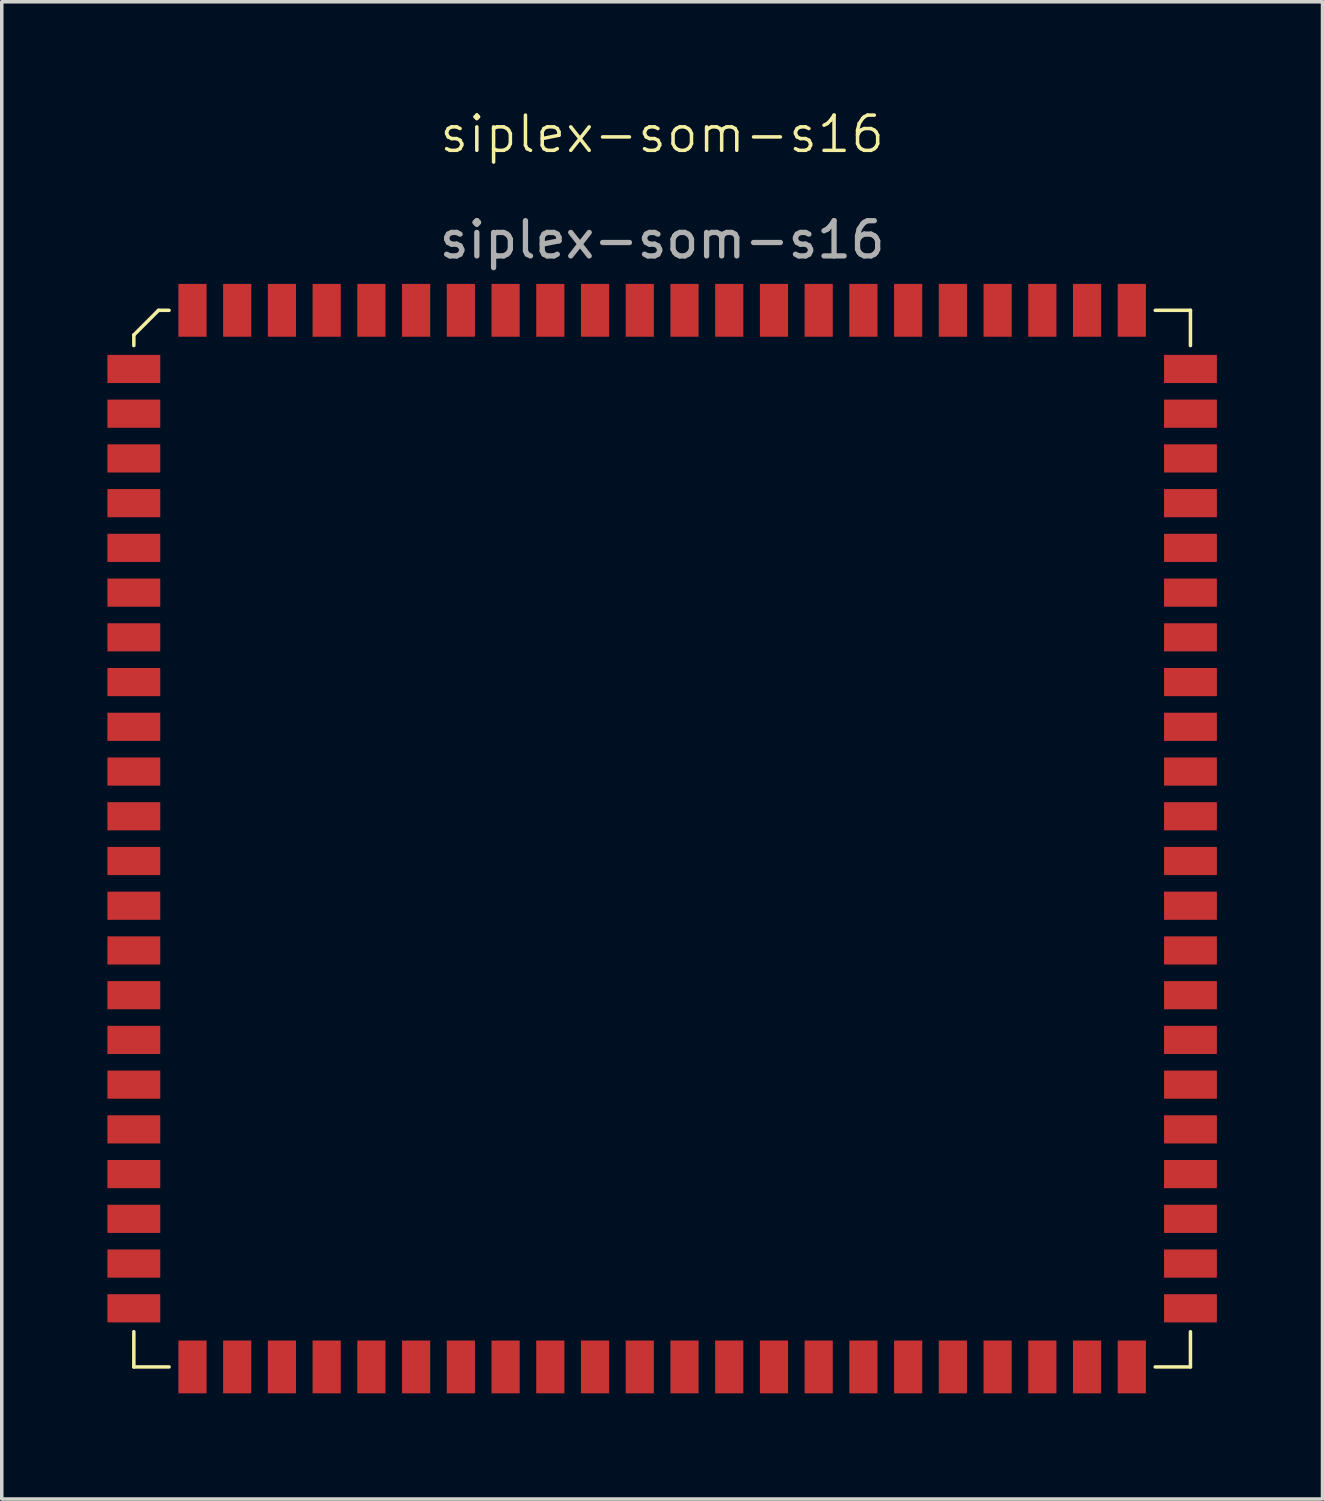
<source format=kicad_pcb>
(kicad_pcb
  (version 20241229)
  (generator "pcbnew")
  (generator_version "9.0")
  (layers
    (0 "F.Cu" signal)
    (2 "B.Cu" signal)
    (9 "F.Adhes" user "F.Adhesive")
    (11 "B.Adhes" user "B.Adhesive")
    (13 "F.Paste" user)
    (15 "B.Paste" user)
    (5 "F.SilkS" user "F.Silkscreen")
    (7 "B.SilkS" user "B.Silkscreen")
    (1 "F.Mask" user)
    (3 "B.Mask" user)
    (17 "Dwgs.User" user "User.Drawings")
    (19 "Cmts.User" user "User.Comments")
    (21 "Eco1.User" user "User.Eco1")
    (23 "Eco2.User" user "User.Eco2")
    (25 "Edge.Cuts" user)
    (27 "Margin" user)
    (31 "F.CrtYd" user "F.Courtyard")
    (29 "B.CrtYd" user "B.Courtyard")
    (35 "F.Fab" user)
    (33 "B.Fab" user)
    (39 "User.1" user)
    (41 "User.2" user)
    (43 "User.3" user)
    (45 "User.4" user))
  (footprint "siplex-som-s16"
    (layer "F.Cu")
    (at 15.75 20.761)
    (property "Reference" "siplex-som-s16" (at 0 -20 0) (unlocked yes) (layer "F.SilkS") (effects (font (size 1 1) (thickness 0.1))))
    (attr smd)
    (fp_line (start -15 -14.3) (end -14.3 -15) (stroke (width 0.1) (type default)) (layer "F.SilkS"))
    (fp_line (start -15 -14) (end -15 -14.3) (stroke (width 0.1) (type default)) (layer "F.SilkS"))
    (fp_line (start -15 15) (end -15 14) (stroke (width 0.1) (type default)) (layer "F.SilkS"))
    (fp_line (start -14 -15) (end -14.3 -15) (stroke (width 0.1) (type default)) (layer "F.SilkS"))
    (fp_line (start -14 15) (end -15 15) (stroke (width 0.1) (type default)) (layer "F.SilkS"))
    (fp_line (start 14 -15) (end 15 -15) (stroke (width 0.1) (type default)) (layer "F.SilkS"))
    (fp_line (start 15 -14) (end 15 -15) (stroke (width 0.1) (type default)) (layer "F.SilkS"))
    (fp_line (start 15 15) (end 14 15) (stroke (width 0.1) (type default)) (layer "F.SilkS"))
    (fp_line (start 15 15) (end 15 14) (stroke (width 0.1) (type default)) (layer "F.SilkS"))
    (fp_text user "${REFERENCE}" (at 0 -17 0) (unlocked yes) (layer "F.Fab") (effects (font (size 1 1) (thickness 0.15))))
    (pad "1" smd rect (at -15 -13.335) (size 1.5 0.8) (layers "F.Cu" "F.Mask" "F.Paste"))
    (pad "2" smd rect (at -15 -12.065) (size 1.5 0.8) (layers "F.Cu" "F.Mask" "F.Paste"))
    (pad "3" smd rect (at -15 -10.795) (size 1.5 0.8) (layers "F.Cu" "F.Mask" "F.Paste"))
    (pad "4" smd rect (at -15 -9.525) (size 1.5 0.8) (layers "F.Cu" "F.Mask" "F.Paste"))
    (pad "5" smd rect (at -15 -8.255) (size 1.5 0.8) (layers "F.Cu" "F.Mask" "F.Paste"))
    (pad "6" smd rect (at -15 -6.985) (size 1.5 0.8) (layers "F.Cu" "F.Mask" "F.Paste"))
    (pad "7" smd rect (at -15 -5.715) (size 1.5 0.8) (layers "F.Cu" "F.Mask" "F.Paste"))
    (pad "8" smd rect (at -15 -4.445) (size 1.5 0.8) (layers "F.Cu" "F.Mask" "F.Paste"))
    (pad "9" smd rect (at -15 -3.175) (size 1.5 0.8) (layers "F.Cu" "F.Mask" "F.Paste"))
    (pad "10" smd rect (at -15 -1.905) (size 1.5 0.8) (layers "F.Cu" "F.Mask" "F.Paste"))
    (pad "11" smd rect (at -15 -0.635) (size 1.5 0.8) (layers "F.Cu" "F.Mask" "F.Paste"))
    (pad "12" smd rect (at -15 0.635) (size 1.5 0.8) (layers "F.Cu" "F.Mask" "F.Paste"))
    (pad "13" smd rect (at -15 1.905) (size 1.5 0.8) (layers "F.Cu" "F.Mask" "F.Paste"))
    (pad "14" smd rect (at -15 3.175) (size 1.5 0.8) (layers "F.Cu" "F.Mask" "F.Paste"))
    (pad "15" smd rect (at -15 4.445) (size 1.5 0.8) (layers "F.Cu" "F.Mask" "F.Paste"))
    (pad "16" smd rect (at -15 5.715) (size 1.5 0.8) (layers "F.Cu" "F.Mask" "F.Paste"))
    (pad "17" smd rect (at -15 6.985) (size 1.5 0.8) (layers "F.Cu" "F.Mask" "F.Paste"))
    (pad "18" smd rect (at -15 8.255) (size 1.5 0.8) (layers "F.Cu" "F.Mask" "F.Paste"))
    (pad "19" smd rect (at -15 9.525) (size 1.5 0.8) (layers "F.Cu" "F.Mask" "F.Paste"))
    (pad "20" smd rect (at -15 10.795) (size 1.5 0.8) (layers "F.Cu" "F.Mask" "F.Paste"))
    (pad "21" smd rect (at -15 12.065) (size 1.5 0.8) (layers "F.Cu" "F.Mask" "F.Paste"))
    (pad "22" smd rect (at -15 13.335) (size 1.5 0.8) (layers "F.Cu" "F.Mask" "F.Paste"))
    (pad "23" smd rect (at -13.335 15 90) (size 1.5 0.8) (layers "F.Cu" "F.Mask" "F.Paste"))
    (pad "24" smd rect (at -12.065 15 90) (size 1.5 0.8) (layers "F.Cu" "F.Mask" "F.Paste"))
    (pad "25" smd rect (at -10.795 15 90) (size 1.5 0.8) (layers "F.Cu" "F.Mask" "F.Paste"))
    (pad "26" smd rect (at -9.525 15 90) (size 1.5 0.8) (layers "F.Cu" "F.Mask" "F.Paste"))
    (pad "27" smd rect (at -8.255 15 90) (size 1.5 0.8) (layers "F.Cu" "F.Mask" "F.Paste"))
    (pad "28" smd rect (at -6.985 15 90) (size 1.5 0.8) (layers "F.Cu" "F.Mask" "F.Paste"))
    (pad "29" smd rect (at -5.715 15 90) (size 1.5 0.8) (layers "F.Cu" "F.Mask" "F.Paste"))
    (pad "30" smd rect (at -4.445 15 90) (size 1.5 0.8) (layers "F.Cu" "F.Mask" "F.Paste"))
    (pad "31" smd rect (at -3.175 15 90) (size 1.5 0.8) (layers "F.Cu" "F.Mask" "F.Paste"))
    (pad "32" smd rect (at -1.905 15 90) (size 1.5 0.8) (layers "F.Cu" "F.Mask" "F.Paste"))
    (pad "33" smd rect (at -0.635 15 90) (size 1.5 0.8) (layers "F.Cu" "F.Mask" "F.Paste"))
    (pad "34" smd rect (at 0.635 15 90) (size 1.5 0.8) (layers "F.Cu" "F.Mask" "F.Paste"))
    (pad "35" smd rect (at 1.905 15 90) (size 1.5 0.8) (layers "F.Cu" "F.Mask" "F.Paste"))
    (pad "36" smd rect (at 3.175 15 90) (size 1.5 0.8) (layers "F.Cu" "F.Mask" "F.Paste"))
    (pad "37" smd rect (at 4.445 15 90) (size 1.5 0.8) (layers "F.Cu" "F.Mask" "F.Paste"))
    (pad "38" smd rect (at 5.715 15 90) (size 1.5 0.8) (layers "F.Cu" "F.Mask" "F.Paste"))
    (pad "39" smd rect (at 6.985 15 90) (size 1.5 0.8) (layers "F.Cu" "F.Mask" "F.Paste"))
    (pad "40" smd rect (at 8.255 15 90) (size 1.5 0.8) (layers "F.Cu" "F.Mask" "F.Paste"))
    (pad "41" smd rect (at 9.525 15 90) (size 1.5 0.8) (layers "F.Cu" "F.Mask" "F.Paste"))
    (pad "42" smd rect (at 10.795 15 90) (size 1.5 0.8) (layers "F.Cu" "F.Mask" "F.Paste"))
    (pad "43" smd rect (at 12.065 15 90) (size 1.5 0.8) (layers "F.Cu" "F.Mask" "F.Paste"))
    (pad "44" smd rect (at 13.335 15 90) (size 1.5 0.8) (layers "F.Cu" "F.Mask" "F.Paste"))
    (pad "45" smd rect (at 15 13.335 180) (size 1.5 0.8) (layers "F.Cu" "F.Mask" "F.Paste"))
    (pad "46" smd rect (at 15 12.065 180) (size 1.5 0.8) (layers "F.Cu" "F.Mask" "F.Paste"))
    (pad "47" smd rect (at 15 10.795 180) (size 1.5 0.8) (layers "F.Cu" "F.Mask" "F.Paste"))
    (pad "48" smd rect (at 15 9.525 180) (size 1.5 0.8) (layers "F.Cu" "F.Mask" "F.Paste"))
    (pad "49" smd rect (at 15 8.255 180) (size 1.5 0.8) (layers "F.Cu" "F.Mask" "F.Paste"))
    (pad "50" smd rect (at 15 6.985 180) (size 1.5 0.8) (layers "F.Cu" "F.Mask" "F.Paste"))
    (pad "51" smd rect (at 15 5.715 180) (size 1.5 0.8) (layers "F.Cu" "F.Mask" "F.Paste"))
    (pad "52" smd rect (at 15 4.445 180) (size 1.5 0.8) (layers "F.Cu" "F.Mask" "F.Paste"))
    (pad "53" smd rect (at 15 3.175 180) (size 1.5 0.8) (layers "F.Cu" "F.Mask" "F.Paste"))
    (pad "54" smd rect (at 15 1.905 180) (size 1.5 0.8) (layers "F.Cu" "F.Mask" "F.Paste"))
    (pad "55" smd rect (at 15 0.635 180) (size 1.5 0.8) (layers "F.Cu" "F.Mask" "F.Paste"))
    (pad "56" smd rect (at 15 -0.635 180) (size 1.5 0.8) (layers "F.Cu" "F.Mask" "F.Paste"))
    (pad "57" smd rect (at 15 -1.905 180) (size 1.5 0.8) (layers "F.Cu" "F.Mask" "F.Paste"))
    (pad "58" smd rect (at 15 -3.175 180) (size 1.5 0.8) (layers "F.Cu" "F.Mask" "F.Paste"))
    (pad "59" smd rect (at 15 -4.445 180) (size 1.5 0.8) (layers "F.Cu" "F.Mask" "F.Paste"))
    (pad "60" smd rect (at 15 -5.715 180) (size 1.5 0.8) (layers "F.Cu" "F.Mask" "F.Paste"))
    (pad "61" smd rect (at 15 -6.985 180) (size 1.5 0.8) (layers "F.Cu" "F.Mask" "F.Paste"))
    (pad "62" smd rect (at 15 -8.255 180) (size 1.5 0.8) (layers "F.Cu" "F.Mask" "F.Paste"))
    (pad "63" smd rect (at 15 -9.525 180) (size 1.5 0.8) (layers "F.Cu" "F.Mask" "F.Paste"))
    (pad "64" smd rect (at 15 -10.795 180) (size 1.5 0.8) (layers "F.Cu" "F.Mask" "F.Paste"))
    (pad "65" smd rect (at 15 -12.065 180) (size 1.5 0.8) (layers "F.Cu" "F.Mask" "F.Paste"))
    (pad "66" smd rect (at 15 -13.335 180) (size 1.5 0.8) (layers "F.Cu" "F.Mask" "F.Paste"))
    (pad "67" smd rect (at 13.335 -15 270) (size 1.5 0.8) (layers "F.Cu" "F.Mask" "F.Paste"))
    (pad "68" smd rect (at 12.065 -15 270) (size 1.5 0.8) (layers "F.Cu" "F.Mask" "F.Paste"))
    (pad "69" smd rect (at 10.795 -15 270) (size 1.5 0.8) (layers "F.Cu" "F.Mask" "F.Paste"))
    (pad "70" smd rect (at 9.525 -15 270) (size 1.5 0.8) (layers "F.Cu" "F.Mask" "F.Paste"))
    (pad "71" smd rect (at 8.255 -15 270) (size 1.5 0.8) (layers "F.Cu" "F.Mask" "F.Paste"))
    (pad "72" smd rect (at 6.985 -15 270) (size 1.5 0.8) (layers "F.Cu" "F.Mask" "F.Paste"))
    (pad "73" smd rect (at 5.715 -15 270) (size 1.5 0.8) (layers "F.Cu" "F.Mask" "F.Paste"))
    (pad "74" smd rect (at 4.445 -15 270) (size 1.5 0.8) (layers "F.Cu" "F.Mask" "F.Paste"))
    (pad "75" smd rect (at 3.175 -15 270) (size 1.5 0.8) (layers "F.Cu" "F.Mask" "F.Paste"))
    (pad "76" smd rect (at 1.905 -15 270) (size 1.5 0.8) (layers "F.Cu" "F.Mask" "F.Paste"))
    (pad "77" smd rect (at 0.635 -15 270) (size 1.5 0.8) (layers "F.Cu" "F.Mask" "F.Paste"))
    (pad "78" smd rect (at -0.635 -15 270) (size 1.5 0.8) (layers "F.Cu" "F.Mask" "F.Paste"))
    (pad "79" smd rect (at -1.905 -15 270) (size 1.5 0.8) (layers "F.Cu" "F.Mask" "F.Paste"))
    (pad "80" smd rect (at -3.175 -15 270) (size 1.5 0.8) (layers "F.Cu" "F.Mask" "F.Paste"))
    (pad "81" smd rect (at -4.445 -15 270) (size 1.5 0.8) (layers "F.Cu" "F.Mask" "F.Paste"))
    (pad "82" smd rect (at -5.715 -15 270) (size 1.5 0.8) (layers "F.Cu" "F.Mask" "F.Paste"))
    (pad "83" smd rect (at -6.985 -15 270) (size 1.5 0.8) (layers "F.Cu" "F.Mask" "F.Paste"))
    (pad "84" smd rect (at -8.255 -15 270) (size 1.5 0.8) (layers "F.Cu" "F.Mask" "F.Paste"))
    (pad "85" smd rect (at -9.525 -15 270) (size 1.5 0.8) (layers "F.Cu" "F.Mask" "F.Paste"))
    (pad "86" smd rect (at -10.795 -15 270) (size 1.5 0.8) (layers "F.Cu" "F.Mask" "F.Paste"))
    (pad "87" smd rect (at -12.065 -15 270) (size 1.5 0.8) (layers "F.Cu" "F.Mask" "F.Paste"))
    (pad "88" smd rect (at -13.335 -15 270) (size 1.5 0.8) (layers "F.Cu" "F.Mask" "F.Paste")))
  (gr_rect
    (start -3 -3)
    (end 34.5 39.511)
    (stroke (width 0.1) (type default))
    (fill no)
    (layer "Edge.Cuts")))
</source>
